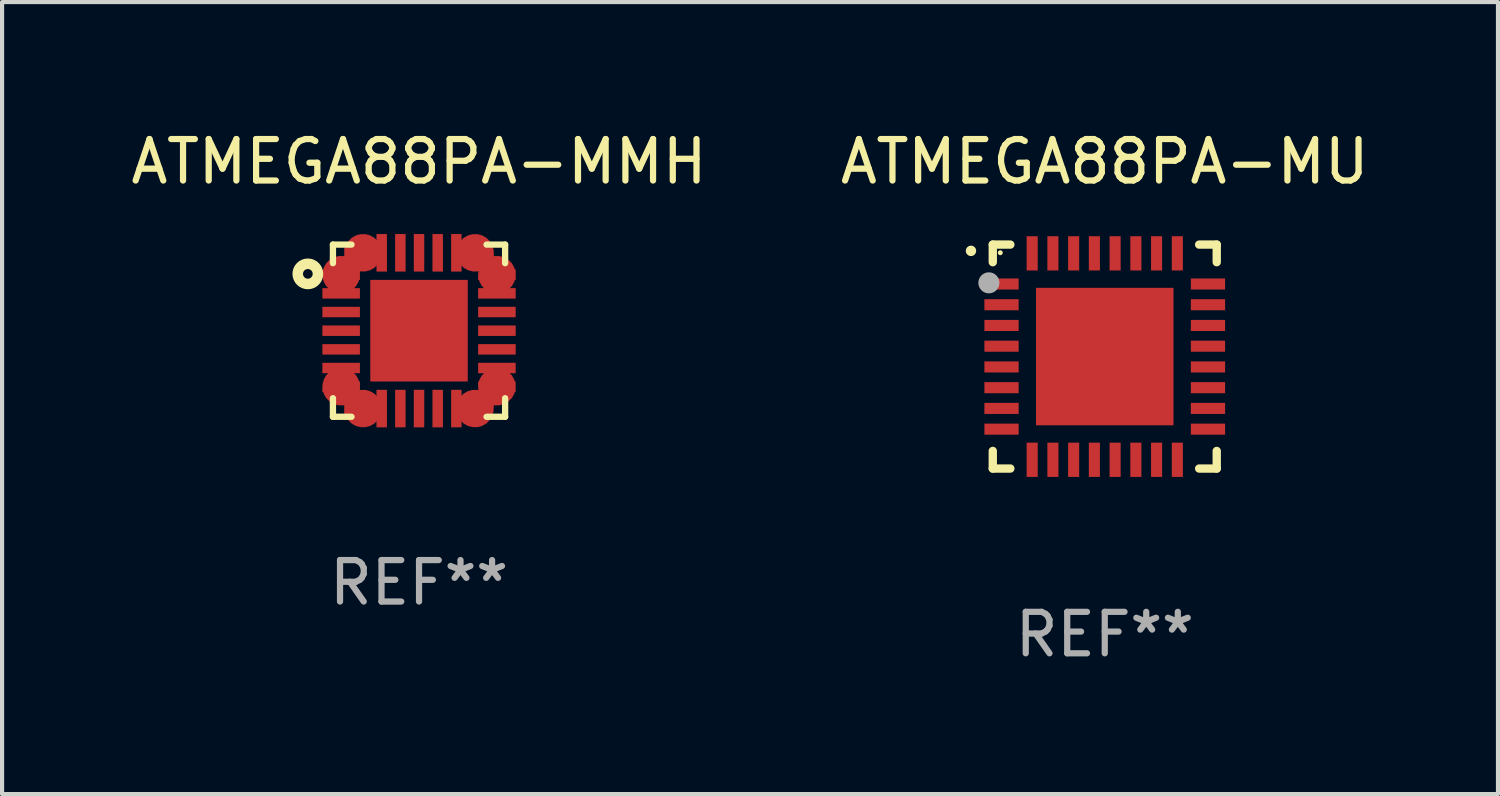
<source format=kicad_pcb>
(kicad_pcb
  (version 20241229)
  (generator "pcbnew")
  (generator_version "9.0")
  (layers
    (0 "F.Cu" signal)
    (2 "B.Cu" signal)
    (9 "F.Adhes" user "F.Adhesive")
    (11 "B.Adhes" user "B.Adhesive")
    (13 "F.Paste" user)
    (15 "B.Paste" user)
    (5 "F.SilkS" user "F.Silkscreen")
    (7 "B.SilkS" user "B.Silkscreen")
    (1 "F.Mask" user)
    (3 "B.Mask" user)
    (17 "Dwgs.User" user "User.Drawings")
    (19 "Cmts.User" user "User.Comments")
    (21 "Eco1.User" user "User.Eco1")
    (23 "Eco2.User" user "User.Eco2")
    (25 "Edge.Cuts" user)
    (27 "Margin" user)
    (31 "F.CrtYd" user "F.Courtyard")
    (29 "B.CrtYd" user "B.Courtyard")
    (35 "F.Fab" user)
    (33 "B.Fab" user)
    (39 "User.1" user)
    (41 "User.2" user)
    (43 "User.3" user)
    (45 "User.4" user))
  (footprint "ATMEGA88PA-MU"
    (layer "F.Cu")
    (at 23.589 5.548)
    (property "Reference" "ATMEGA88PA-MU" (at 0 -4.7 0) (layer "F.SilkS") (effects (font (size 1 1) (thickness 0.15))))
    (attr through_hole)
    (fp_line (start -2.7 -2.7) (end -2.276 -2.7) (stroke (width 0.201) (type solid)) (layer "F.SilkS"))
    (fp_line (start -2.7 -2.276) (end -2.7 -2.7) (stroke (width 0.201) (type solid)) (layer "F.SilkS"))
    (fp_line (start -2.7 2.276) (end -2.7 2.7) (stroke (width 0.201) (type solid)) (layer "F.SilkS"))
    (fp_line (start -2.7 2.7) (end -2.276 2.7) (stroke (width 0.201) (type solid)) (layer "F.SilkS"))
    (fp_line (start 2.276 2.7) (end 2.7 2.7) (stroke (width 0.201) (type solid)) (layer "F.SilkS"))
    (fp_line (start 2.7 -2.7) (end 2.276 -2.7) (stroke (width 0.201) (type solid)) (layer "F.SilkS"))
    (fp_line (start 2.7 -2.276) (end 2.7 -2.7) (stroke (width 0.201) (type solid)) (layer "F.SilkS"))
    (fp_line (start 2.7 2.7) (end 2.7 2.276) (stroke (width 0.201) (type solid)) (layer "F.SilkS"))
    (fp_arc (start -3.225806 -2.547625) (mid -3.225812 -2.548895) (end -3.225806 -2.550165) (stroke (width 0.24892) (type solid)) (layer "F.SilkS"))
    (fp_circle (center -2.519 -2.504) (end -2.489 -2.504) (stroke (width 0.06) (type solid)) (fill no) (layer "F.SilkS"))
    (fp_circle (center -2.794 -1.778) (end -2.667 -1.778) (stroke (width 0.254) (type solid)) (fill no) (layer "F.Fab"))
    (fp_text user "REF**" (at 0 6.7 0) (layer "F.Fab") (effects (font (size 1 1) (thickness 0.15))))
    (pad "1" smd rect (at -2.489 -1.75 90) (size 0.267 0.826) (layers "F.Cu" "F.Mask" "F.Paste"))
    (pad "2" smd rect (at -2.489 -1.25 90) (size 0.267 0.826) (layers "F.Cu" "F.Mask" "F.Paste"))
    (pad "3" smd rect (at -2.489 -0.75 90) (size 0.267 0.826) (layers "F.Cu" "F.Mask" "F.Paste"))
    (pad "4" smd rect (at -2.489 -0.25 90) (size 0.267 0.826) (layers "F.Cu" "F.Mask" "F.Paste"))
    (pad "5" smd rect (at -2.489 0.25 90) (size 0.267 0.826) (layers "F.Cu" "F.Mask" "F.Paste"))
    (pad "6" smd rect (at -2.489 0.75 90) (size 0.267 0.826) (layers "F.Cu" "F.Mask" "F.Paste"))
    (pad "7" smd rect (at -2.489 1.25 90) (size 0.267 0.826) (layers "F.Cu" "F.Mask" "F.Paste"))
    (pad "8" smd rect (at -2.489 1.75 90) (size 0.267 0.826) (layers "F.Cu" "F.Mask" "F.Paste"))
    (pad "9" smd rect (at -1.75 2.489) (size 0.267 0.826) (layers "F.Cu" "F.Mask" "F.Paste"))
    (pad "10" smd rect (at -1.25 2.489) (size 0.267 0.826) (layers "F.Cu" "F.Mask" "F.Paste"))
    (pad "11" smd rect (at -0.75 2.489) (size 0.267 0.826) (layers "F.Cu" "F.Mask" "F.Paste"))
    (pad "12" smd rect (at -0.25 2.489) (size 0.267 0.826) (layers "F.Cu" "F.Mask" "F.Paste"))
    (pad "13" smd rect (at 0.25 2.489) (size 0.267 0.826) (layers "F.Cu" "F.Mask" "F.Paste"))
    (pad "14" smd rect (at 0.75 2.489) (size 0.267 0.826) (layers "F.Cu" "F.Mask" "F.Paste"))
    (pad "15" smd rect (at 1.25 2.489) (size 0.267 0.826) (layers "F.Cu" "F.Mask" "F.Paste"))
    (pad "16" smd rect (at 1.75 2.489) (size 0.267 0.826) (layers "F.Cu" "F.Mask" "F.Paste"))
    (pad "17" smd rect (at 2.489 1.75 90) (size 0.267 0.826) (layers "F.Cu" "F.Mask" "F.Paste"))
    (pad "18" smd rect (at 2.489 1.25 90) (size 0.267 0.826) (layers "F.Cu" "F.Mask" "F.Paste"))
    (pad "19" smd rect (at 2.489 0.75 90) (size 0.267 0.826) (layers "F.Cu" "F.Mask" "F.Paste"))
    (pad "20" smd rect (at 2.489 0.25 90) (size 0.267 0.826) (layers "F.Cu" "F.Mask" "F.Paste"))
    (pad "21" smd rect (at 2.489 -0.25 90) (size 0.267 0.826) (layers "F.Cu" "F.Mask" "F.Paste"))
    (pad "22" smd rect (at 2.489 -0.75 90) (size 0.267 0.826) (layers "F.Cu" "F.Mask" "F.Paste"))
    (pad "23" smd rect (at 2.489 -1.25 90) (size 0.267 0.826) (layers "F.Cu" "F.Mask" "F.Paste"))
    (pad "24" smd rect (at 2.489 -1.75 90) (size 0.267 0.826) (layers "F.Cu" "F.Mask" "F.Paste"))
    (pad "25" smd rect (at 1.75 -2.489) (size 0.267 0.826) (layers "F.Cu" "F.Mask" "F.Paste"))
    (pad "26" smd rect (at 1.25 -2.489) (size 0.267 0.826) (layers "F.Cu" "F.Mask" "F.Paste"))
    (pad "27" smd rect (at 0.75 -2.489) (size 0.267 0.826) (layers "F.Cu" "F.Mask" "F.Paste"))
    (pad "28" smd rect (at 0.25 -2.489) (size 0.267 0.826) (layers "F.Cu" "F.Mask" "F.Paste"))
    (pad "29" smd rect (at -0.25 -2.489) (size 0.267 0.826) (layers "F.Cu" "F.Mask" "F.Paste"))
    (pad "30" smd rect (at -0.75 -2.489) (size 0.267 0.826) (layers "F.Cu" "F.Mask" "F.Paste"))
    (pad "31" smd rect (at -1.25 -2.489) (size 0.267 0.826) (layers "F.Cu" "F.Mask" "F.Paste"))
    (pad "32" smd rect (at -1.75 -2.489) (size 0.267 0.826) (layers "F.Cu" "F.Mask" "F.Paste"))
    (pad "33" smd rect (at 0 0) (size 3.315 3.315) (layers "F.Cu" "F.Mask" "F.Paste")))
  (footprint "ATMEGA88PA-MMH"
    (layer "F.Cu")
    (at 7.054 4.924)
    (property "Reference" "ATMEGA88PA-MMH" (at 0 -4.076 0) (layer "F.SilkS") (effects (font (size 1 1) (thickness 0.15))))
    (attr through_hole)
    (fp_line (start -2.076 -2.076) (end -1.628 -2.076) (stroke (width 0.152) (type solid)) (layer "F.SilkS"))
    (fp_line (start -2.076 -1.628) (end -2.076 -2.076) (stroke (width 0.152) (type solid)) (layer "F.SilkS"))
    (fp_line (start -2.076 1.628) (end -2.076 2.076) (stroke (width 0.152) (type solid)) (layer "F.SilkS"))
    (fp_line (start -2.076 2.076) (end -1.628 2.076) (stroke (width 0.152) (type solid)) (layer "F.SilkS"))
    (fp_line (start 2.076 -2.076) (end 1.628 -2.076) (stroke (width 0.152) (type solid)) (layer "F.SilkS"))
    (fp_line (start 2.076 -1.628) (end 2.076 -2.076) (stroke (width 0.152) (type solid)) (layer "F.SilkS"))
    (fp_line (start 2.076 1.628) (end 2.076 2.076) (stroke (width 0.152) (type solid)) (layer "F.SilkS"))
    (fp_line (start 2.076 2.076) (end 1.628 2.076) (stroke (width 0.152) (type solid)) (layer "F.SilkS"))
    (fp_circle (center -2.681 -1.37) (end -2.564 -1.37) (stroke (width 0.254) (type solid)) (fill no) (layer "F.SilkS"))
    (fp_text user "REF**" (at 0 6.076 0) (layer "F.Fab") (effects (font (size 1 1) (thickness 0.15))))
    (pad "1" smd custom (at -1.878 -1.351 180) (size 0.906 0.252) (layers "F.Cu" "F.Mask" "F.Paste") (options (anchor circle)) (primitives (gr_poly (pts (xy 0.317 -0.126) (xy 0.453 0.01) (xy 0.453 0.126) (xy -0.453 0.126) (xy -0.453 -0.126) (xy 0.317 -0.126)) (width 0) (fill yes))))
    (pad "2" smd rect (at -1.878 -0.9) (size 0.905 0.252) (layers "F.Cu" "F.Mask" "F.Paste"))
    (pad "3" smd rect (at -1.878 -0.45) (size 0.905 0.252) (layers "F.Cu" "F.Mask" "F.Paste"))
    (pad "4" smd rect (at -1.878 0) (size 0.905 0.252) (layers "F.Cu" "F.Mask" "F.Paste"))
    (pad "5" smd rect (at -1.878 0.45) (size 0.905 0.252) (layers "F.Cu" "F.Mask" "F.Paste"))
    (pad "6" smd rect (at -1.878 0.9) (size 0.905 0.252) (layers "F.Cu" "F.Mask" "F.Paste"))
    (pad "7" smd custom (at -1.878 1.35 180) (size 0.906 0.252) (layers "F.Cu" "F.Mask" "F.Paste") (options (anchor circle)) (primitives (gr_poly (pts (xy 0.317 0.126) (xy 0.453 -0.01) (xy 0.453 -0.126) (xy -0.453 -0.126) (xy -0.453 0.126) (xy 0.317 0.126)) (width 0) (fill yes))))
    (pad "8" smd custom (at -1.351 1.878 270) (size 0.906 0.252) (layers "F.Cu" "F.Mask" "F.Paste") (options (anchor circle)) (primitives (gr_poly (pts (xy -0.126 -0.317) (xy 0.01 -0.453) (xy 0.126 -0.453) (xy 0.126 0.453) (xy -0.126 0.453) (xy -0.126 -0.317)) (width 0) (fill yes))))
    (pad "9" smd rect (at -0.9 1.878) (size 0.252 0.905) (layers "F.Cu" "F.Mask" "F.Paste"))
    (pad "10" smd rect (at -0.45 1.878) (size 0.252 0.905) (layers "F.Cu" "F.Mask" "F.Paste"))
    (pad "11" smd rect (at 0 1.878) (size 0.252 0.905) (layers "F.Cu" "F.Mask" "F.Paste"))
    (pad "12" smd rect (at 0.45 1.878) (size 0.252 0.905) (layers "F.Cu" "F.Mask" "F.Paste"))
    (pad "13" smd rect (at 0.9 1.878) (size 0.252 0.905) (layers "F.Cu" "F.Mask" "F.Paste"))
    (pad "14" smd custom (at 1.349 1.877 270) (size 0.906 0.252) (layers "F.Cu" "F.Mask" "F.Paste") (options (anchor circle)) (primitives (gr_poly (pts (xy 0.126 -0.317) (xy -0.01 -0.453) (xy -0.126 -0.453) (xy -0.126 0.453) (xy 0.126 0.453) (xy 0.126 -0.317)) (width 0) (fill yes))))
    (pad "15" smd custom (at 1.877 1.35) (size 0.906 0.252) (layers "F.Cu" "F.Mask" "F.Paste") (options (anchor circle)) (primitives (gr_poly (pts (xy -0.317 0.126) (xy -0.453 -0.01) (xy -0.453 -0.126) (xy 0.453 -0.126) (xy 0.453 0.126) (xy -0.317 0.126)) (width 0) (fill yes))))
    (pad "16" smd rect (at 1.878 0.9) (size 0.905 0.252) (layers "F.Cu" "F.Mask" "F.Paste"))
    (pad "17" smd rect (at 1.878 0.45) (size 0.905 0.252) (layers "F.Cu" "F.Mask" "F.Paste"))
    (pad "18" smd rect (at 1.878 0) (size 0.905 0.252) (layers "F.Cu" "F.Mask" "F.Paste"))
    (pad "19" smd rect (at 1.878 -0.45) (size 0.905 0.252) (layers "F.Cu" "F.Mask" "F.Paste"))
    (pad "20" smd rect (at 1.878 -0.9) (size 0.905 0.252) (layers "F.Cu" "F.Mask" "F.Paste"))
    (pad "21" smd custom (at 1.878 -1.35) (size 0.906 0.252) (layers "F.Cu" "F.Mask" "F.Paste") (options (anchor circle)) (primitives (gr_poly (pts (xy -0.317 -0.126) (xy -0.453 0.01) (xy -0.453 0.126) (xy 0.453 0.126) (xy 0.453 -0.126) (xy -0.317 -0.126)) (width 0) (fill yes))))
    (pad "22" smd custom (at 1.351 -1.878 90) (size 0.906 0.252) (layers "F.Cu" "F.Mask" "F.Paste") (options (anchor circle)) (primitives (gr_poly (pts (xy 0.126 0.317) (xy -0.01 0.453) (xy -0.126 0.453) (xy -0.126 -0.453) (xy 0.126 -0.453) (xy 0.126 0.317)) (width 0) (fill yes))))
    (pad "23" smd rect (at 0.9 -1.878) (size 0.252 0.905) (layers "F.Cu" "F.Mask" "F.Paste"))
    (pad "24" smd rect (at 0.45 -1.878) (size 0.252 0.905) (layers "F.Cu" "F.Mask" "F.Paste"))
    (pad "25" smd rect (at 0 -1.878) (size 0.252 0.905) (layers "F.Cu" "F.Mask" "F.Paste"))
    (pad "26" smd rect (at -0.45 -1.878) (size 0.252 0.905) (layers "F.Cu" "F.Mask" "F.Paste"))
    (pad "27" smd rect (at -0.9 -1.878) (size 0.252 0.905) (layers "F.Cu" "F.Mask" "F.Paste"))
    (pad "28" smd custom (at -1.35 -1.878 90) (size 0.906 0.252) (layers "F.Cu" "F.Mask" "F.Paste") (options (anchor circle)) (primitives (gr_poly (pts (xy -0.126 0.317) (xy 0.01 0.453) (xy 0.126 0.453) (xy 0.126 -0.453) (xy -0.126 -0.453) (xy -0.126 0.317)) (width 0) (fill yes))))
    (pad "29" smd rect (at 0 0) (size 2.35 2.45) (layers "F.Cu" "F.Mask" "F.Paste")))
  (gr_rect
    (start -3 -3)
    (end 33.071 16.097)
    (stroke (width 0.1) (type default))
    (fill no)
    (layer "Edge.Cuts")))
</source>
